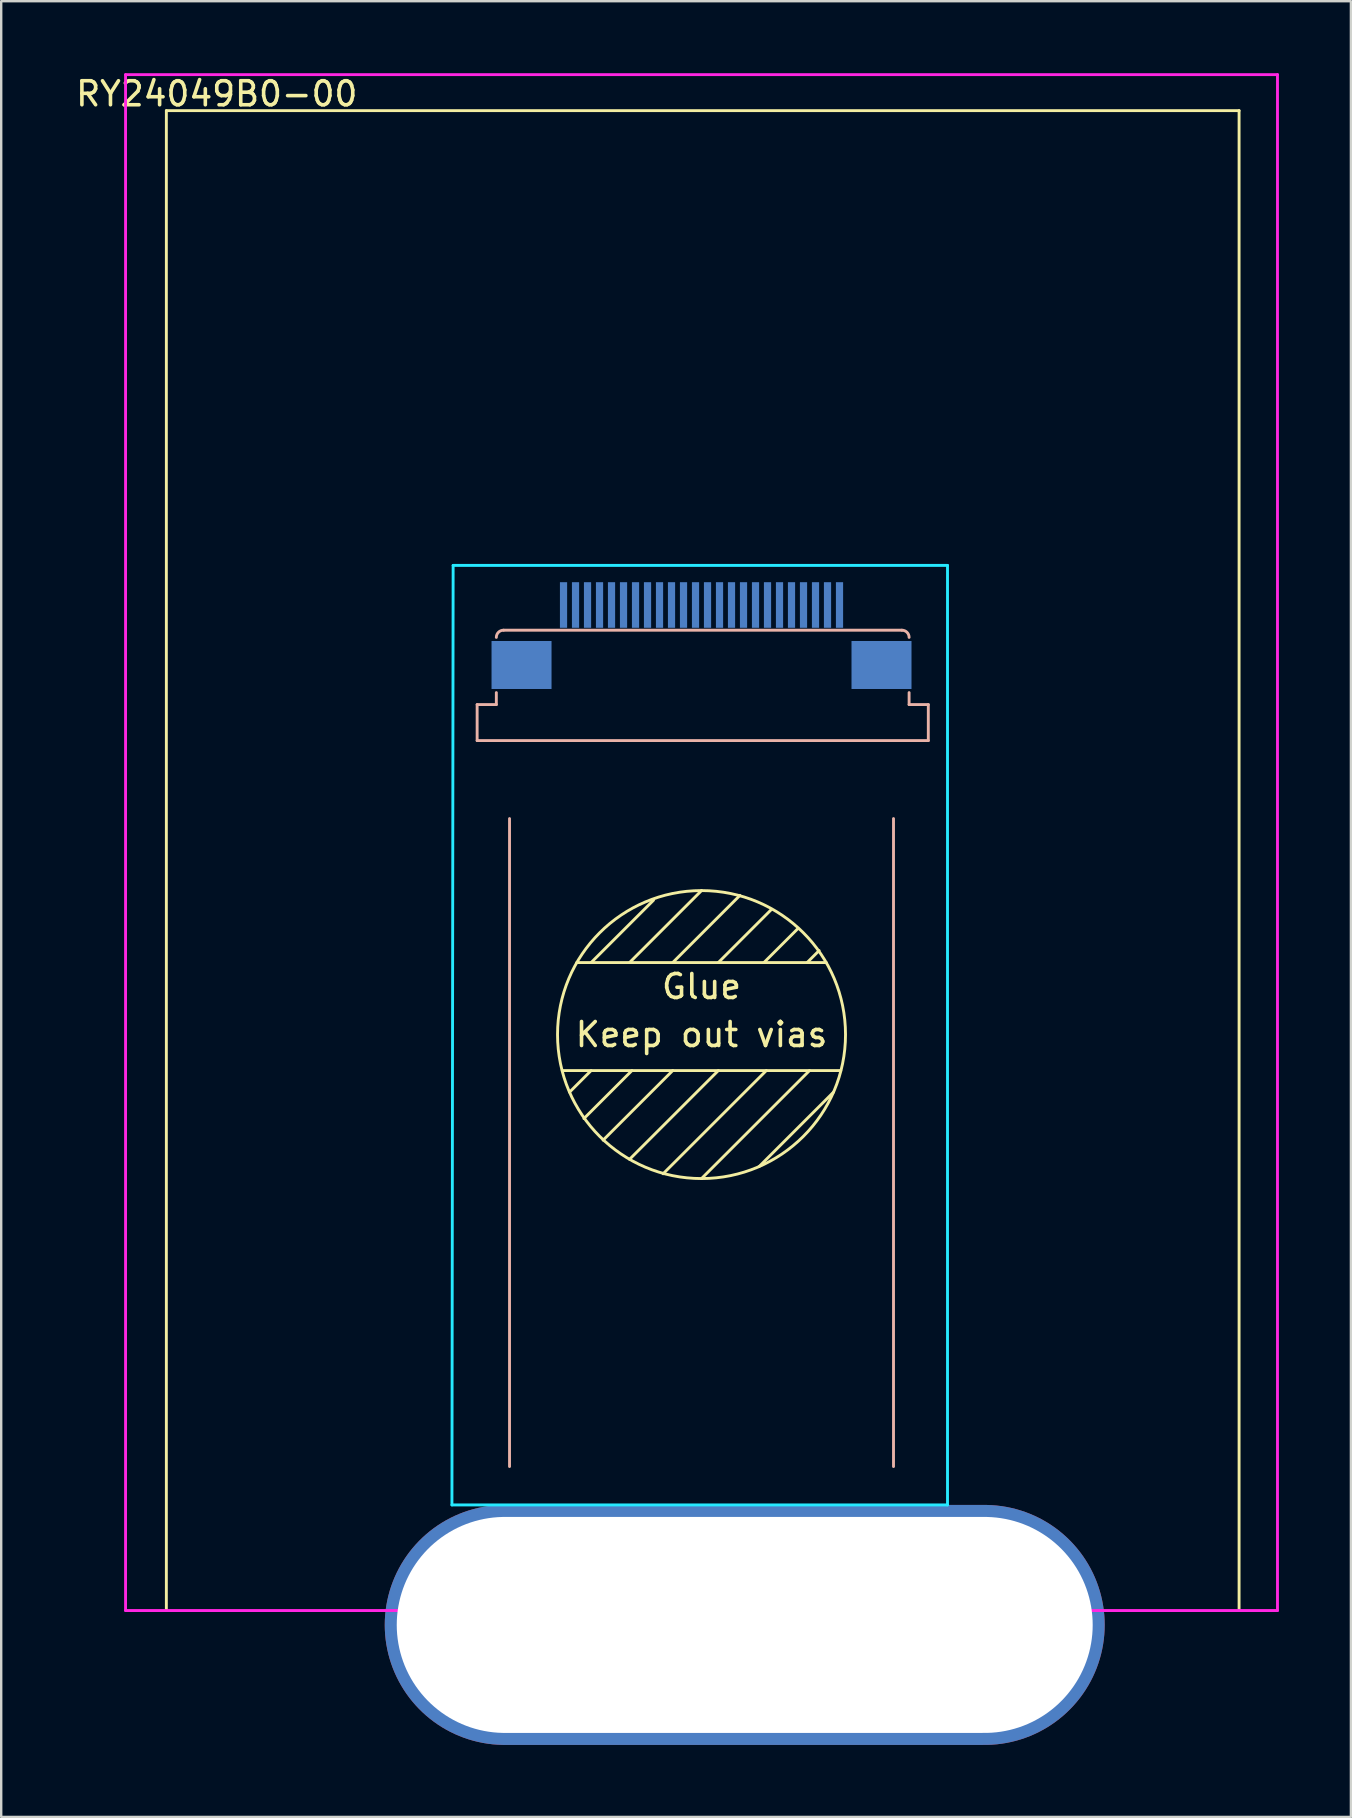
<source format=kicad_pcb>
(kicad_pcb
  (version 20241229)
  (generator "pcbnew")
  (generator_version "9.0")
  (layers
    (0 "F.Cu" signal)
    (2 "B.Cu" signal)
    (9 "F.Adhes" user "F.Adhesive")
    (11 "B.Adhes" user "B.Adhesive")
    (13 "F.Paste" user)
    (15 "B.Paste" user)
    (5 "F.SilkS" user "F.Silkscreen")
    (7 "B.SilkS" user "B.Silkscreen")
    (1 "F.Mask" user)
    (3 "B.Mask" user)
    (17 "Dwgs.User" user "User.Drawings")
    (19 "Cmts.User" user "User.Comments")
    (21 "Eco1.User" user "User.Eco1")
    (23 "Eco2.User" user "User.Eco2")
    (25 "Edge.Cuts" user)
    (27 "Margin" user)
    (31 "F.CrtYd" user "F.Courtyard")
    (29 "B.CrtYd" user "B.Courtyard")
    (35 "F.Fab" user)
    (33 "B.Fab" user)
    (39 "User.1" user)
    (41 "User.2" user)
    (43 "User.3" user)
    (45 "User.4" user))
  (footprint "RY24049B0-00"
    (layer "F.Cu")
    (at 26.182 23.06)
    (property "Reference" "RY24049B0-00" (at -20.2 -22.2 0) (layer "F.SilkS") (effects (font (size 1 1) (thickness 0.15))))
    (attr through_hole)
    (fp_line (start -22.3 -21.5) (end 22.4 -21.5) (stroke (width 0.12) (type solid)) (layer "F.SilkS"))
    (fp_line (start -22.3 41) (end -22.3 -21.5) (stroke (width 0.12) (type solid)) (layer "F.SilkS"))
    (fp_line (start -5.8 18.5) (end 5.8 18.5) (stroke (width 0.12) (type solid)) (layer "F.SilkS"))
    (fp_line (start -5.5 19.4) (end -4.6 18.5) (stroke (width 0.12) (type solid)) (layer "F.SilkS"))
    (fp_line (start -5.2 14) (end 5.2 14) (stroke (width 0.12) (type solid)) (layer "F.SilkS"))
    (fp_line (start -4.9 20.5) (end -2.9 18.5) (stroke (width 0.12) (type solid)) (layer "F.SilkS"))
    (fp_line (start -4.6 14) (end -2 11.4) (stroke (width 0.12) (type solid)) (layer "F.SilkS"))
    (fp_line (start -4.1 21.4) (end -1.2 18.5) (stroke (width 0.12) (type solid)) (layer "F.SilkS"))
    (fp_line (start -3 14) (end 0 11) (stroke (width 0.12) (type solid)) (layer "F.SilkS"))
    (fp_line (start -3 22.2) (end 0.7 18.5) (stroke (width 0.12) (type solid)) (layer "F.SilkS"))
    (fp_line (start -1.6 22.8) (end 2.7 18.5) (stroke (width 0.12) (type solid)) (layer "F.SilkS"))
    (fp_line (start -1.2 14) (end 1.6 11.2) (stroke (width 0.12) (type solid)) (layer "F.SilkS"))
    (fp_line (start 0 23) (end 4.5 18.5) (stroke (width 0.12) (type solid)) (layer "F.SilkS"))
    (fp_line (start 0.7 14) (end 2.9 11.8) (stroke (width 0.12) (type solid)) (layer "F.SilkS"))
    (fp_line (start 2.4 22.5) (end 5.5 19.4) (stroke (width 0.12) (type solid)) (layer "F.SilkS"))
    (fp_line (start 2.6 14) (end 4 12.6) (stroke (width 0.12) (type solid)) (layer "F.SilkS"))
    (fp_line (start 4.4 14) (end 4.9 13.5) (stroke (width 0.12) (type solid)) (layer "F.SilkS"))
    (fp_line (start 22.4 41) (end 22.4 -21.5) (stroke (width 0.12) (type solid)) (layer "F.SilkS"))
    (fp_circle (center 0 17) (end 0 11) (stroke (width 0.12) (type solid)) (fill no) (layer "F.SilkS"))
    (fp_line (start -9.35 3.25) (end -9.35 4.75) (stroke (width 0.12) (type solid)) (layer "B.SilkS"))
    (fp_line (start -9.35 4.75) (end 9.45 4.75) (stroke (width 0.12) (type solid)) (layer "B.SilkS"))
    (fp_line (start -8.55 2.75) (end -8.55 3.25) (stroke (width 0.12) (type solid)) (layer "B.SilkS"))
    (fp_line (start -8.55 3.25) (end -9.35 3.25) (stroke (width 0.12) (type solid)) (layer "B.SilkS"))
    (fp_line (start -8 8) (end -8 35) (stroke (width 0.12) (type solid)) (layer "B.SilkS"))
    (fp_line (start 8 8) (end 8 35) (stroke (width 0.12) (type solid)) (layer "B.SilkS"))
    (fp_line (start 8.35 0.15) (end -8.25 0.15) (stroke (width 0.12) (type solid)) (layer "B.SilkS"))
    (fp_line (start 8.65 2.75) (end 8.65 3.25) (stroke (width 0.12) (type solid)) (layer "B.SilkS"))
    (fp_line (start 8.65 3.25) (end 9.45 3.25) (stroke (width 0.12) (type solid)) (layer "B.SilkS"))
    (fp_line (start 9.45 3.25) (end 9.45 4.75) (stroke (width 0.12) (type solid)) (layer "B.SilkS"))
    (fp_arc (start -8.55 0.45) (mid -8.462132 0.237868) (end -8.25 0.15) (stroke (width 0.12) (type solid)) (layer "B.SilkS"))
    (fp_arc (start 8.35 0.15) (mid 8.562132 0.237868) (end 8.65 0.45) (stroke (width 0.12) (type solid)) (layer "B.SilkS"))
    (fp_line (start -10.4 36.6) (end -10.35 -2.55) (stroke (width 0.12) (type solid)) (layer "B.CrtYd"))
    (fp_line (start -10.4 36.6) (end 10.25 36.6) (stroke (width 0.12) (type solid)) (layer "B.CrtYd"))
    (fp_line (start -10.35 -2.55) (end 10.25 -2.55) (stroke (width 0.12) (type solid)) (layer "B.CrtYd"))
    (fp_line (start 10.25 -2.55) (end 10.25 36.6) (stroke (width 0.12) (type solid)) (layer "B.CrtYd"))
    (fp_line (start -24 -23) (end -24 41) (stroke (width 0.12) (type solid)) (layer "F.CrtYd"))
    (fp_line (start -24 41) (end 24 41) (stroke (width 0.12) (type solid)) (layer "F.CrtYd"))
    (fp_line (start 24 -23) (end -24 -23) (stroke (width 0.12) (type solid)) (layer "F.CrtYd"))
    (fp_line (start 24 41) (end 24 -23) (stroke (width 0.12) (type solid)) (layer "F.CrtYd"))
    (fp_text user "Keep out vias" (at 0 17 0) (layer "F.SilkS") (effects (font (size 1 1) (thickness 0.15))))
    (fp_text user "Glue" (at 0 15 0) (layer "F.SilkS") (effects (font (size 1 1) (thickness 0.15))))
    (pad "1" smd rect (at -5.75 -0.9) (size 0.3 1.9) (layers "B.Cu" "B.Mask" "B.Paste"))
    (pad "2" smd rect (at -5.25 -0.9) (size 0.3 1.9) (layers "B.Cu" "B.Mask" "B.Paste"))
    (pad "3" smd rect (at -4.75 -0.9) (size 0.3 1.9) (layers "B.Cu" "B.Mask" "B.Paste"))
    (pad "4" smd rect (at -4.25 -0.9) (size 0.3 1.9) (layers "B.Cu" "B.Mask" "B.Paste"))
    (pad "5" smd rect (at -3.75 -0.9) (size 0.3 1.9) (layers "B.Cu" "B.Mask" "B.Paste"))
    (pad "6" smd rect (at -3.25 -0.9) (size 0.3 1.9) (layers "B.Cu" "B.Mask" "B.Paste"))
    (pad "7" smd rect (at -2.75 -0.9) (size 0.3 1.9) (layers "B.Cu" "B.Mask" "B.Paste"))
    (pad "8" smd rect (at -2.25 -0.9) (size 0.3 1.9) (layers "B.Cu" "B.Mask" "B.Paste"))
    (pad "9" smd rect (at -1.75 -0.9) (size 0.3 1.9) (layers "B.Cu" "B.Mask" "B.Paste"))
    (pad "10" smd rect (at -1.25 -0.9) (size 0.3 1.9) (layers "B.Cu" "B.Mask" "B.Paste"))
    (pad "11" smd rect (at -0.75 -0.9) (size 0.3 1.9) (layers "B.Cu" "B.Mask" "B.Paste"))
    (pad "12" smd rect (at -0.25 -0.9) (size 0.3 1.9) (layers "B.Cu" "B.Mask" "B.Paste"))
    (pad "13" smd rect (at 0.25 -0.9) (size 0.3 1.9) (layers "B.Cu" "B.Mask" "B.Paste"))
    (pad "14" smd rect (at 0.75 -0.9) (size 0.3 1.9) (layers "B.Cu" "B.Mask" "B.Paste"))
    (pad "15" smd rect (at 1.25 -0.9) (size 0.3 1.9) (layers "B.Cu" "B.Mask" "B.Paste"))
    (pad "16" smd rect (at 1.75 -0.9) (size 0.3 1.9) (layers "B.Cu" "B.Mask" "B.Paste"))
    (pad "17" smd rect (at 2.25 -0.9) (size 0.3 1.9) (layers "B.Cu" "B.Mask" "B.Paste"))
    (pad "18" smd rect (at 2.75 -0.9) (size 0.3 1.9) (layers "B.Cu" "B.Mask" "B.Paste"))
    (pad "19" smd rect (at 3.25 -0.9) (size 0.3 1.9) (layers "B.Cu" "B.Mask" "B.Paste"))
    (pad "20" smd rect (at 3.75 -0.9) (size 0.3 1.9) (layers "B.Cu" "B.Mask" "B.Paste"))
    (pad "21" smd rect (at 4.25 -0.9) (size 0.3 1.9) (layers "B.Cu" "B.Mask" "B.Paste"))
    (pad "22" smd rect (at 4.75 -0.9) (size 0.3 1.9) (layers "B.Cu" "B.Mask" "B.Paste"))
    (pad "23" smd rect (at 5.25 -0.9) (size 0.3 1.9) (layers "B.Cu" "B.Mask" "B.Paste"))
    (pad "24" smd rect (at 5.75 -0.9) (size 0.3 1.9) (layers "B.Cu" "B.Mask" "B.Paste"))
    (pad "NC" smd rect (at -7.5 1.6 180) (size 2.5 2) (layers "B.Cu" "B.Mask" "B.Paste"))
    (pad "NC" thru_hole oval (at 1.8 41.6) (size 30 10) (drill oval 29 9) (layers "*.Cu" "*.Mask"))
    (pad "NC" smd rect (at 7.5 1.6 180) (size 2.5 2) (layers "B.Cu" "B.Mask" "B.Paste")))
  (gr_rect
    (start -3 -3)
    (end 53.242 72.66)
    (stroke (width 0.1) (type default))
    (fill no)
    (layer "Edge.Cuts")))
</source>
